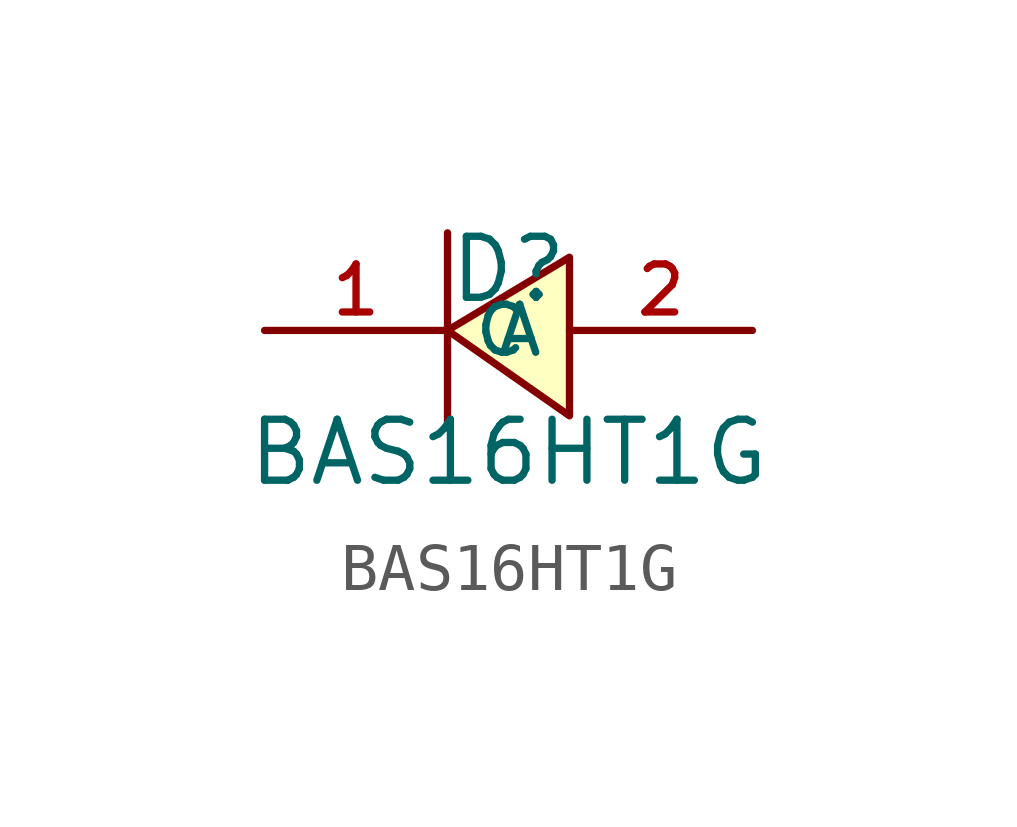
<source format=kicad_sym>
(kicad_symbol_lib
  (version 20231120)
  (generator "kicad_symbol_editor")
  (generator_version "8.0")
  (symbol "BAS16HT1G"
    (property "Reference" "D"
      (at 0 1.27 0)
      (effects (font (size 1.27 1.27))))
    (property "Value" "BAS16HT1G"
      (at 0 -2.54 0)
      (effects (font (size 1.27 1.27))))
    (symbol "BAS16HT1G_0_1"
      (polyline (pts (xy -1.27 -2.032) (xy -1.27 2.032)) (stroke (width 0) (type default)) (fill (type none)))
      (polyline (pts (xy 1.27 1.524) (xy -1.27 0) (xy 1.27 -1.778) (xy 1.27 1.524)) (stroke (width 0) (type default)) (fill (type background))))
    (symbol "BAS16HT1G_1_1"
      (pin passive line (at -5.08 0 0) (length 3.81) (name "C" (effects (font (size 1 1)))) (number "1" (effects (font (size 1 1)))))
      (pin passive line (at 5.08 0 180) (length 3.81) (name "A" (effects (font (size 1 1)))) (number "2" (effects (font (size 1 1))))))))
</source>
